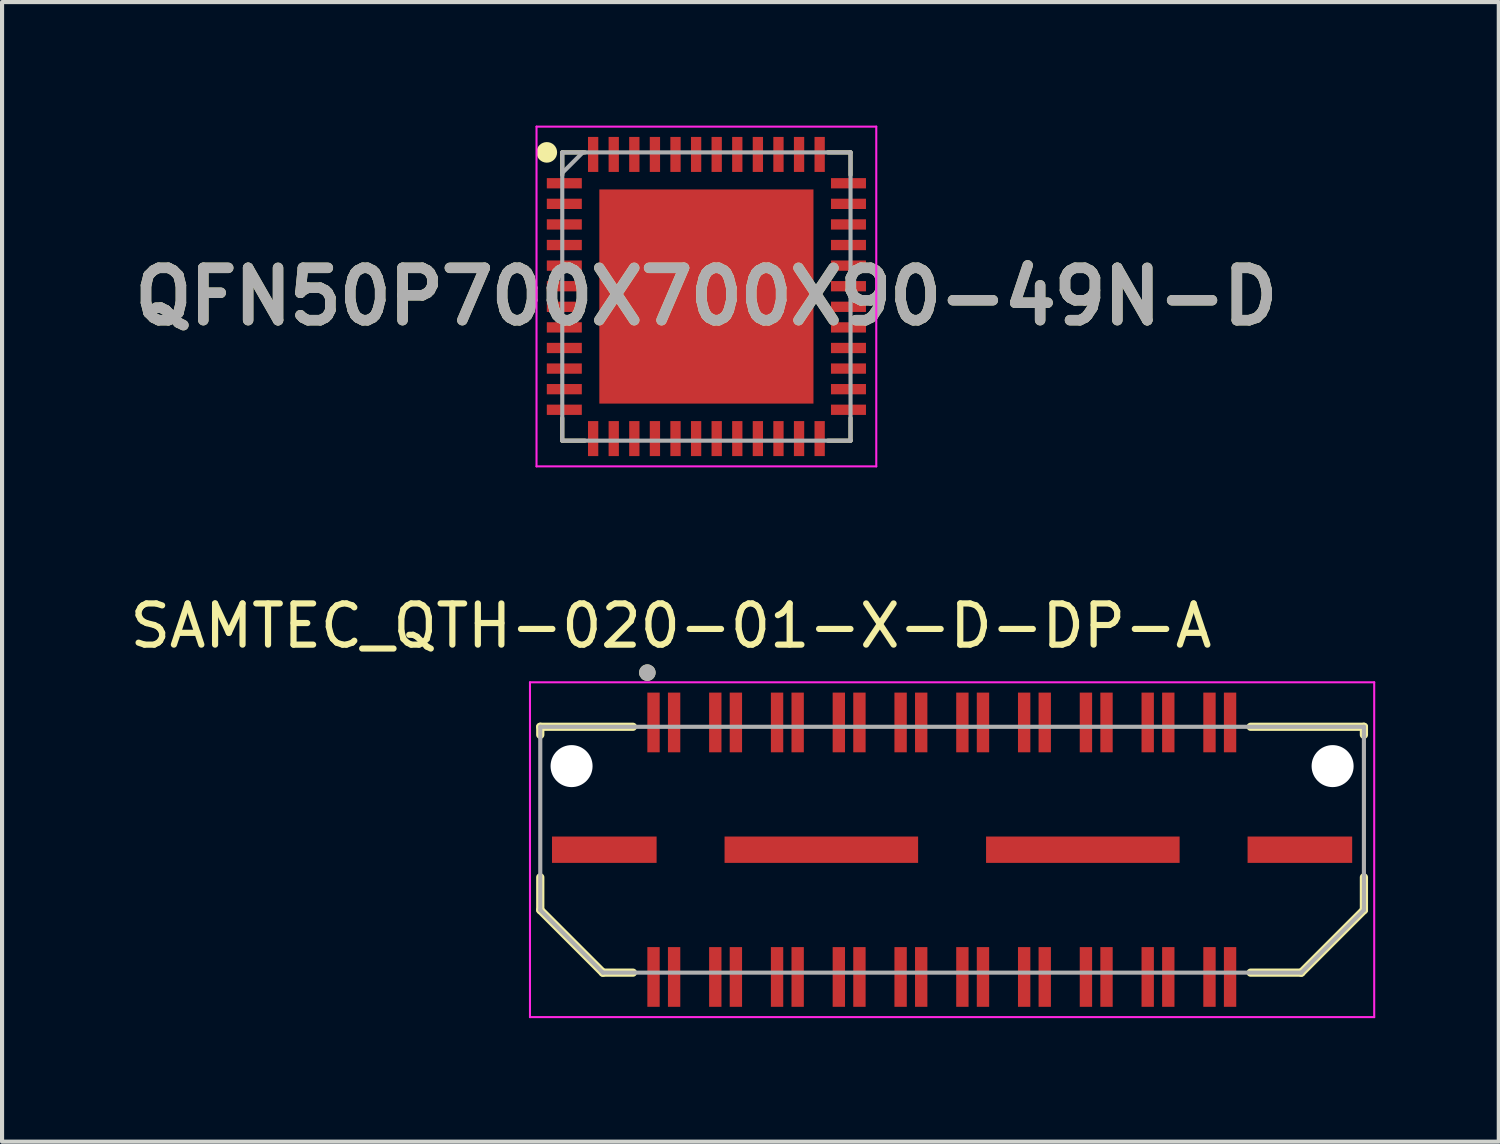
<source format=kicad_pcb>
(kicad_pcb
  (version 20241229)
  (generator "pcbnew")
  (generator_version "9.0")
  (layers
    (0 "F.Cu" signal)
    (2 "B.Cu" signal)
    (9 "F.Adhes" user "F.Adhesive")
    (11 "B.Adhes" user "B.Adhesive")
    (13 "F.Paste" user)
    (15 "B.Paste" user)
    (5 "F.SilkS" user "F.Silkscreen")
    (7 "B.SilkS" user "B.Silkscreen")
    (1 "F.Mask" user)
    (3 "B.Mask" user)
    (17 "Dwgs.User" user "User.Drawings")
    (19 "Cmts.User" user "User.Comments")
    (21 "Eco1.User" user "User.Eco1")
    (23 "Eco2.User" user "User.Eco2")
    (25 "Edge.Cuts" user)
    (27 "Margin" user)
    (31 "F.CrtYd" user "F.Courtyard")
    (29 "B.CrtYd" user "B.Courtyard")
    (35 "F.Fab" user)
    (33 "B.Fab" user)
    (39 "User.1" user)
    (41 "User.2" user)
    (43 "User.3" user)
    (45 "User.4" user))
  (footprint "QFN50P700X700X90-49N-D"
    (layer "F.Cu")
    (at 14.103 4.15)
    (property "Reference" "QFN50P700X700X90-49N-D" (at 0 0 0) (layer "F.SilkS") (effects (font (size 1.27 1.27) (thickness 0.254))))
    (attr smd)
    (fp_line (start -3.5 -3.5) (end -2.95 -3.5) (stroke (width 0.1) (type default)) (layer "F.SilkS"))
    (fp_line (start -3.5 -2.95) (end -3.5 -3.5) (stroke (width 0.1) (type default)) (layer "F.SilkS"))
    (fp_line (start -3.5 3.5) (end -3.5 2.95) (stroke (width 0.1) (type default)) (layer "F.SilkS"))
    (fp_line (start -2.95 3.5) (end -3.5 3.5) (stroke (width 0.1) (type default)) (layer "F.SilkS"))
    (fp_line (start 2.95 -3.5) (end 3.5 -3.5) (stroke (width 0.1) (type default)) (layer "F.SilkS"))
    (fp_line (start 3.5 -3.5) (end 3.5 -2.95) (stroke (width 0.1) (type default)) (layer "F.SilkS"))
    (fp_line (start 3.5 2.95) (end 3.5 3.5) (stroke (width 0.1) (type default)) (layer "F.SilkS"))
    (fp_line (start 3.5 3.5) (end 2.95 3.5) (stroke (width 0.1) (type default)) (layer "F.SilkS"))
    (fp_circle (center -3.875 -3.5) (end -3.875 -3.375) (stroke (width 0.25) (type solid)) (fill no) (layer "F.SilkS"))
    (fp_line (start -4.125 -4.125) (end 4.125 -4.125) (stroke (width 0.05) (type solid)) (layer "F.CrtYd"))
    (fp_line (start -4.125 4.125) (end -4.125 -4.125) (stroke (width 0.05) (type solid)) (layer "F.CrtYd"))
    (fp_line (start 4.125 -4.125) (end 4.125 4.125) (stroke (width 0.05) (type solid)) (layer "F.CrtYd"))
    (fp_line (start 4.125 4.125) (end -4.125 4.125) (stroke (width 0.05) (type solid)) (layer "F.CrtYd"))
    (fp_line (start -3.5 -3.5) (end 3.5 -3.5) (stroke (width 0.1) (type solid)) (layer "F.Fab"))
    (fp_line (start -3.5 -3) (end -3 -3.5) (stroke (width 0.1) (type solid)) (layer "F.Fab"))
    (fp_line (start -3.5 3.5) (end -3.5 -3.5) (stroke (width 0.1) (type solid)) (layer "F.Fab"))
    (fp_line (start 3.5 -3.5) (end 3.5 3.5) (stroke (width 0.1) (type solid)) (layer "F.Fab"))
    (fp_line (start 3.5 3.5) (end -3.5 3.5) (stroke (width 0.1) (type solid)) (layer "F.Fab"))
    (fp_text user "${REFERENCE}" (at 0 0 0) (layer "F.Fab") (effects (font (size 1.27 1.27) (thickness 0.254))))
    (pad "1" smd rect (at -3.45 -2.75 90) (size 0.25 0.85) (layers "F.Cu" "F.Mask" "F.Paste"))
    (pad "2" smd rect (at -3.45 -2.25 90) (size 0.25 0.85) (layers "F.Cu" "F.Mask" "F.Paste"))
    (pad "3" smd rect (at -3.45 -1.75 90) (size 0.25 0.85) (layers "F.Cu" "F.Mask" "F.Paste"))
    (pad "4" smd rect (at -3.45 -1.25 90) (size 0.25 0.85) (layers "F.Cu" "F.Mask" "F.Paste"))
    (pad "5" smd rect (at -3.45 -0.75 90) (size 0.25 0.85) (layers "F.Cu" "F.Mask" "F.Paste"))
    (pad "6" smd rect (at -3.45 -0.25 90) (size 0.25 0.85) (layers "F.Cu" "F.Mask" "F.Paste"))
    (pad "7" smd rect (at -3.45 0.25 90) (size 0.25 0.85) (layers "F.Cu" "F.Mask" "F.Paste"))
    (pad "8" smd rect (at -3.45 0.75 90) (size 0.25 0.85) (layers "F.Cu" "F.Mask" "F.Paste"))
    (pad "9" smd rect (at -3.45 1.25 90) (size 0.25 0.85) (layers "F.Cu" "F.Mask" "F.Paste"))
    (pad "10" smd rect (at -3.45 1.75 90) (size 0.25 0.85) (layers "F.Cu" "F.Mask" "F.Paste"))
    (pad "11" smd rect (at -3.45 2.25 90) (size 0.25 0.85) (layers "F.Cu" "F.Mask" "F.Paste"))
    (pad "12" smd rect (at -3.45 2.75 90) (size 0.25 0.85) (layers "F.Cu" "F.Mask" "F.Paste"))
    (pad "13" smd rect (at -2.75 3.45) (size 0.25 0.85) (layers "F.Cu" "F.Mask" "F.Paste"))
    (pad "14" smd rect (at -2.25 3.45) (size 0.25 0.85) (layers "F.Cu" "F.Mask" "F.Paste"))
    (pad "15" smd rect (at -1.75 3.45) (size 0.25 0.85) (layers "F.Cu" "F.Mask" "F.Paste"))
    (pad "16" smd rect (at -1.25 3.45) (size 0.25 0.85) (layers "F.Cu" "F.Mask" "F.Paste"))
    (pad "17" smd rect (at -0.75 3.45) (size 0.25 0.85) (layers "F.Cu" "F.Mask" "F.Paste"))
    (pad "18" smd rect (at -0.25 3.45) (size 0.25 0.85) (layers "F.Cu" "F.Mask" "F.Paste"))
    (pad "19" smd rect (at 0.25 3.45) (size 0.25 0.85) (layers "F.Cu" "F.Mask" "F.Paste"))
    (pad "20" smd rect (at 0.75 3.45) (size 0.25 0.85) (layers "F.Cu" "F.Mask" "F.Paste"))
    (pad "21" smd rect (at 1.25 3.45) (size 0.25 0.85) (layers "F.Cu" "F.Mask" "F.Paste"))
    (pad "22" smd rect (at 1.75 3.45) (size 0.25 0.85) (layers "F.Cu" "F.Mask" "F.Paste"))
    (pad "23" smd rect (at 2.25 3.45) (size 0.25 0.85) (layers "F.Cu" "F.Mask" "F.Paste"))
    (pad "24" smd rect (at 2.75 3.45) (size 0.25 0.85) (layers "F.Cu" "F.Mask" "F.Paste"))
    (pad "25" smd rect (at 3.45 2.75 90) (size 0.25 0.85) (layers "F.Cu" "F.Mask" "F.Paste"))
    (pad "26" smd rect (at 3.45 2.25 90) (size 0.25 0.85) (layers "F.Cu" "F.Mask" "F.Paste"))
    (pad "27" smd rect (at 3.45 1.75 90) (size 0.25 0.85) (layers "F.Cu" "F.Mask" "F.Paste"))
    (pad "28" smd rect (at 3.45 1.25 90) (size 0.25 0.85) (layers "F.Cu" "F.Mask" "F.Paste"))
    (pad "29" smd rect (at 3.45 0.75 90) (size 0.25 0.85) (layers "F.Cu" "F.Mask" "F.Paste"))
    (pad "30" smd rect (at 3.45 0.25 90) (size 0.25 0.85) (layers "F.Cu" "F.Mask" "F.Paste"))
    (pad "31" smd rect (at 3.45 -0.25 90) (size 0.25 0.85) (layers "F.Cu" "F.Mask" "F.Paste"))
    (pad "32" smd rect (at 3.45 -0.75 90) (size 0.25 0.85) (layers "F.Cu" "F.Mask" "F.Paste"))
    (pad "33" smd rect (at 3.45 -1.25 90) (size 0.25 0.85) (layers "F.Cu" "F.Mask" "F.Paste"))
    (pad "34" smd rect (at 3.45 -1.75 90) (size 0.25 0.85) (layers "F.Cu" "F.Mask" "F.Paste"))
    (pad "35" smd rect (at 3.45 -2.25 90) (size 0.25 0.85) (layers "F.Cu" "F.Mask" "F.Paste"))
    (pad "36" smd rect (at 3.45 -2.75 90) (size 0.25 0.85) (layers "F.Cu" "F.Mask" "F.Paste"))
    (pad "37" smd rect (at 2.75 -3.45) (size 0.25 0.85) (layers "F.Cu" "F.Mask" "F.Paste"))
    (pad "38" smd rect (at 2.25 -3.45) (size 0.25 0.85) (layers "F.Cu" "F.Mask" "F.Paste"))
    (pad "39" smd rect (at 1.75 -3.45) (size 0.25 0.85) (layers "F.Cu" "F.Mask" "F.Paste"))
    (pad "40" smd rect (at 1.25 -3.45) (size 0.25 0.85) (layers "F.Cu" "F.Mask" "F.Paste"))
    (pad "41" smd rect (at 0.75 -3.45) (size 0.25 0.85) (layers "F.Cu" "F.Mask" "F.Paste"))
    (pad "42" smd rect (at 0.25 -3.45) (size 0.25 0.85) (layers "F.Cu" "F.Mask" "F.Paste"))
    (pad "43" smd rect (at -0.25 -3.45) (size 0.25 0.85) (layers "F.Cu" "F.Mask" "F.Paste"))
    (pad "44" smd rect (at -0.75 -3.45) (size 0.25 0.85) (layers "F.Cu" "F.Mask" "F.Paste"))
    (pad "45" smd rect (at -1.25 -3.45) (size 0.25 0.85) (layers "F.Cu" "F.Mask" "F.Paste"))
    (pad "46" smd rect (at -1.75 -3.45) (size 0.25 0.85) (layers "F.Cu" "F.Mask" "F.Paste"))
    (pad "47" smd rect (at -2.25 -3.45) (size 0.25 0.85) (layers "F.Cu" "F.Mask" "F.Paste"))
    (pad "48" smd rect (at -2.75 -3.45) (size 0.25 0.85) (layers "F.Cu" "F.Mask" "F.Paste"))
    (pad "49" smd rect (at 0 0) (size 5.2 5.2) (layers "F.Cu" "F.Mask" "F.Paste")))
  (footprint "SAMTEC_QTH-020-01-X-D-DP-A"
    (layer "F.Cu")
    (at 20.069 17.583)
    (property "Reference" "SAMTEC_QTH-020-01-X-D-DP-A" (at -6.825 -5.435 0) (layer "F.SilkS") (effects (font (size 1 1) (thickness 0.15))))
    (attr smd)
    (fp_line (start -10 -2.985) (end -7.75 -2.985) (stroke (width 0.2) (type solid)) (layer "F.SilkS"))
    (fp_line (start -10 -2.79) (end -10 -2.985) (stroke (width 0.2) (type solid)) (layer "F.SilkS"))
    (fp_line (start -10 0.67) (end -10 1.465) (stroke (width 0.2) (type solid)) (layer "F.SilkS"))
    (fp_line (start -10 1.465) (end -8.48 2.985) (stroke (width 0.2) (type solid)) (layer "F.SilkS"))
    (fp_line (start -8.48 2.985) (end -7.75 2.985) (stroke (width 0.2) (type solid)) (layer "F.SilkS"))
    (fp_line (start 8.48 2.985) (end 7.25 2.985) (stroke (width 0.2) (type solid)) (layer "F.SilkS"))
    (fp_line (start 10 -2.985) (end 7.25 -2.985) (stroke (width 0.2) (type solid)) (layer "F.SilkS"))
    (fp_line (start 10 -2.79) (end 10 -2.985) (stroke (width 0.2) (type solid)) (layer "F.SilkS"))
    (fp_line (start 10 0.67) (end 10 1.465) (stroke (width 0.2) (type solid)) (layer "F.SilkS"))
    (fp_line (start 10 1.465) (end 8.48 2.985) (stroke (width 0.2) (type solid)) (layer "F.SilkS"))
    (fp_circle (center -7.4 -4.3) (end -7.3 -4.3) (stroke (width 0.2) (type solid)) (fill no) (layer "F.SilkS"))
    (fp_line (start -10.25 -4.065) (end 10.25 -4.065) (stroke (width 0.05) (type solid)) (layer "F.CrtYd"))
    (fp_line (start -10.25 4.065) (end -10.25 -4.065) (stroke (width 0.05) (type solid)) (layer "F.CrtYd"))
    (fp_line (start 10.25 -4.065) (end 10.25 4.065) (stroke (width 0.05) (type solid)) (layer "F.CrtYd"))
    (fp_line (start 10.25 4.065) (end -10.25 4.065) (stroke (width 0.05) (type solid)) (layer "F.CrtYd"))
    (fp_line (start -10 -2.985) (end 10 -2.985) (stroke (width 0.1) (type solid)) (layer "F.Fab"))
    (fp_line (start -10 1.465) (end -10 -2.985) (stroke (width 0.1) (type solid)) (layer "F.Fab"))
    (fp_line (start -8.48 2.985) (end -10 1.465) (stroke (width 0.1) (type solid)) (layer "F.Fab"))
    (fp_line (start 8.48 2.985) (end -8.48 2.985) (stroke (width 0.1) (type solid)) (layer "F.Fab"))
    (fp_line (start 10 -2.985) (end 10 1.465) (stroke (width 0.1) (type solid)) (layer "F.Fab"))
    (fp_line (start 10 1.465) (end 8.48 2.985) (stroke (width 0.1) (type solid)) (layer "F.Fab"))
    (fp_circle (center -7.4 -4.3) (end -7.3 -4.3) (stroke (width 0.2) (type solid)) (fill no) (layer "F.Fab"))
    (pad "" np_thru_hole circle (at -9.24 -2.03) (size 1.02 1.02) (drill 1.02) (layers "*.Cu" "*.Mask"))
    (pad "" np_thru_hole circle (at 9.24 -2.03) (size 1.02 1.02) (drill 1.02) (layers "*.Cu" "*.Mask"))
    (pad "01" smd rect (at -7.25 -3.09) (size 0.3 1.45) (layers "F.Cu" "F.Mask" "F.Paste"))
    (pad "02" smd rect (at -7.25 3.09) (size 0.3 1.45) (layers "F.Cu" "F.Mask" "F.Paste"))
    (pad "03" smd rect (at -6.75 -3.09) (size 0.3 1.45) (layers "F.Cu" "F.Mask" "F.Paste"))
    (pad "04" smd rect (at -6.75 3.09) (size 0.3 1.45) (layers "F.Cu" "F.Mask" "F.Paste"))
    (pad "05" smd rect (at -5.75 -3.09) (size 0.3 1.45) (layers "F.Cu" "F.Mask" "F.Paste"))
    (pad "06" smd rect (at -5.75 3.09) (size 0.3 1.45) (layers "F.Cu" "F.Mask" "F.Paste"))
    (pad "07" smd rect (at -5.25 -3.09) (size 0.3 1.45) (layers "F.Cu" "F.Mask" "F.Paste"))
    (pad "08" smd rect (at -5.25 3.09) (size 0.3 1.45) (layers "F.Cu" "F.Mask" "F.Paste"))
    (pad "09" smd rect (at -4.25 -3.09) (size 0.3 1.45) (layers "F.Cu" "F.Mask" "F.Paste"))
    (pad "10" smd rect (at -4.25 3.09) (size 0.3 1.45) (layers "F.Cu" "F.Mask" "F.Paste"))
    (pad "11" smd rect (at -3.75 -3.09) (size 0.3 1.45) (layers "F.Cu" "F.Mask" "F.Paste"))
    (pad "12" smd rect (at -3.75 3.09) (size 0.3 1.45) (layers "F.Cu" "F.Mask" "F.Paste"))
    (pad "13" smd rect (at -2.75 -3.09) (size 0.3 1.45) (layers "F.Cu" "F.Mask" "F.Paste"))
    (pad "14" smd rect (at -2.75 3.09) (size 0.3 1.45) (layers "F.Cu" "F.Mask" "F.Paste"))
    (pad "15" smd rect (at -2.25 -3.09) (size 0.3 1.45) (layers "F.Cu" "F.Mask" "F.Paste"))
    (pad "16" smd rect (at -2.25 3.09) (size 0.3 1.45) (layers "F.Cu" "F.Mask" "F.Paste"))
    (pad "17" smd rect (at -1.25 -3.09) (size 0.3 1.45) (layers "F.Cu" "F.Mask" "F.Paste"))
    (pad "18" smd rect (at -1.25 3.09) (size 0.3 1.45) (layers "F.Cu" "F.Mask" "F.Paste"))
    (pad "19" smd rect (at -0.75 -3.09) (size 0.3 1.45) (layers "F.Cu" "F.Mask" "F.Paste"))
    (pad "20" smd rect (at -0.75 3.09) (size 0.3 1.45) (layers "F.Cu" "F.Mask" "F.Paste"))
    (pad "21" smd rect (at 0.25 -3.09) (size 0.3 1.45) (layers "F.Cu" "F.Mask" "F.Paste"))
    (pad "22" smd rect (at 0.25 3.09) (size 0.3 1.45) (layers "F.Cu" "F.Mask" "F.Paste"))
    (pad "23" smd rect (at 0.75 -3.09) (size 0.3 1.45) (layers "F.Cu" "F.Mask" "F.Paste"))
    (pad "24" smd rect (at 0.75 3.09) (size 0.3 1.45) (layers "F.Cu" "F.Mask" "F.Paste"))
    (pad "25" smd rect (at 1.75 -3.09) (size 0.3 1.45) (layers "F.Cu" "F.Mask" "F.Paste"))
    (pad "26" smd rect (at 1.75 3.09) (size 0.3 1.45) (layers "F.Cu" "F.Mask" "F.Paste"))
    (pad "27" smd rect (at 2.25 -3.09) (size 0.3 1.45) (layers "F.Cu" "F.Mask" "F.Paste"))
    (pad "28" smd rect (at 2.25 3.09) (size 0.3 1.45) (layers "F.Cu" "F.Mask" "F.Paste"))
    (pad "29" smd rect (at 3.25 -3.09) (size 0.3 1.45) (layers "F.Cu" "F.Mask" "F.Paste"))
    (pad "30" smd rect (at 3.25 3.09) (size 0.3 1.45) (layers "F.Cu" "F.Mask" "F.Paste"))
    (pad "31" smd rect (at 3.75 -3.09) (size 0.3 1.45) (layers "F.Cu" "F.Mask" "F.Paste"))
    (pad "32" smd rect (at 3.75 3.09) (size 0.3 1.45) (layers "F.Cu" "F.Mask" "F.Paste"))
    (pad "33" smd rect (at 4.75 -3.09) (size 0.3 1.45) (layers "F.Cu" "F.Mask" "F.Paste"))
    (pad "34" smd rect (at 4.75 3.09) (size 0.3 1.45) (layers "F.Cu" "F.Mask" "F.Paste"))
    (pad "35" smd rect (at 5.25 -3.09) (size 0.3 1.45) (layers "F.Cu" "F.Mask" "F.Paste"))
    (pad "36" smd rect (at 5.25 3.09) (size 0.3 1.45) (layers "F.Cu" "F.Mask" "F.Paste"))
    (pad "37" smd rect (at 6.25 -3.09) (size 0.3 1.45) (layers "F.Cu" "F.Mask" "F.Paste"))
    (pad "38" smd rect (at 6.25 3.09) (size 0.3 1.45) (layers "F.Cu" "F.Mask" "F.Paste"))
    (pad "39" smd rect (at 6.75 -3.09) (size 0.3 1.45) (layers "F.Cu" "F.Mask" "F.Paste"))
    (pad "40" smd rect (at 6.75 3.09) (size 0.3 1.45) (layers "F.Cu" "F.Mask" "F.Paste"))
    (pad "G1" smd rect (at -8.445 0) (size 2.54 0.64) (layers "F.Cu" "F.Mask" "F.Paste"))
    (pad "G2" smd rect (at -3.175 0) (size 4.7 0.64) (layers "F.Cu" "F.Mask" "F.Paste"))
    (pad "G3" smd rect (at 3.175 0) (size 4.7 0.64) (layers "F.Cu" "F.Mask" "F.Paste"))
    (pad "G4" smd rect (at 8.445 0) (size 2.54 0.64) (layers "F.Cu" "F.Mask" "F.Paste")))
  (gr_rect
    (start -3 -3)
    (end 33.344 24.673)
    (stroke (width 0.1) (type default))
    (fill no)
    (layer "Edge.Cuts")))
</source>
